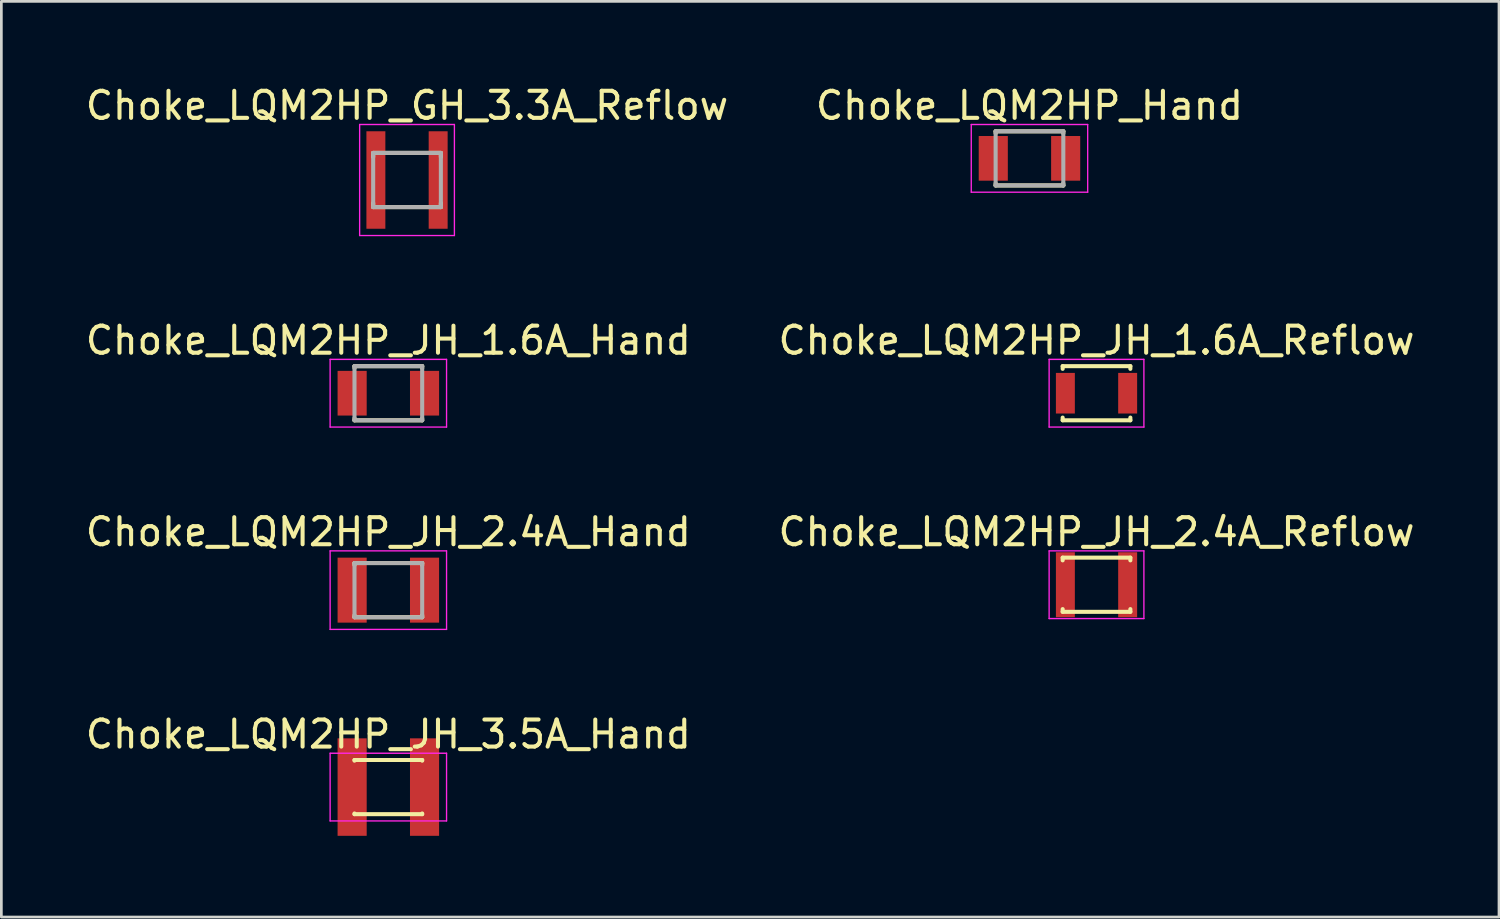
<source format=kicad_pcb>
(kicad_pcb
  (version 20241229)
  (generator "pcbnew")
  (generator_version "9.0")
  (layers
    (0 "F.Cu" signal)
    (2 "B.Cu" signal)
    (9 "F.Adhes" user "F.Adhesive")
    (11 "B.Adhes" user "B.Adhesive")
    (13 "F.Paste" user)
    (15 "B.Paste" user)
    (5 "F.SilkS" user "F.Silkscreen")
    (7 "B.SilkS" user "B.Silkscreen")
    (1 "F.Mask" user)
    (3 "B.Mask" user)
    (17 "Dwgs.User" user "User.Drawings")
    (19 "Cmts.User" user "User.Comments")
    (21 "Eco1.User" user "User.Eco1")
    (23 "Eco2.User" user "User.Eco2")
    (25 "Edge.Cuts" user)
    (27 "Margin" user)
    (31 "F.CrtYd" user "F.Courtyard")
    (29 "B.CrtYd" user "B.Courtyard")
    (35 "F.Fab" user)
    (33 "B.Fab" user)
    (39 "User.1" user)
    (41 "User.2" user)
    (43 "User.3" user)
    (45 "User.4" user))
  (footprint "Choke_LQM2HP_GH_3.3A_Reflow"
    (layer "F.Cu")
    (at 11.982 3.598)
    (property "Reference" "Choke_LQM2HP_GH_3.3A_Reflow" (at 0 -2.75 0) (layer "F.SilkS") (effects (font (size 1 1) (thickness 0.15))))
    (attr smd)
    (fp_line (start -1.25 -1) (end -1.25 -0.85) (stroke (width 0.15) (type solid)) (layer "F.SilkS"))
    (fp_line (start -1.25 -1) (end 1.25 -1) (stroke (width 0.15) (type solid)) (layer "F.SilkS"))
    (fp_line (start -1.25 0.85) (end -1.25 1) (stroke (width 0.15) (type solid)) (layer "F.SilkS"))
    (fp_line (start -1.25 1) (end 1.25 1) (stroke (width 0.15) (type solid)) (layer "F.SilkS"))
    (fp_line (start 1.25 -1) (end 1.25 -0.85) (stroke (width 0.15) (type solid)) (layer "F.SilkS"))
    (fp_line (start 1.25 0.85) (end 1.25 1) (stroke (width 0.15) (type solid)) (layer "F.SilkS"))
    (fp_line (start -1.75 -2.05) (end -1.75 2.05) (stroke (width 0.05) (type solid)) (layer "F.CrtYd"))
    (fp_line (start -1.75 -2.05) (end 1.75 -2.05) (stroke (width 0.05) (type solid)) (layer "F.CrtYd"))
    (fp_line (start -1.75 2.05) (end 1.75 2.05) (stroke (width 0.05) (type solid)) (layer "F.CrtYd"))
    (fp_line (start 1.75 -2.05) (end 1.75 2.05) (stroke (width 0.05) (type solid)) (layer "F.CrtYd"))
    (fp_line (start -1.25 -1) (end -1.25 1) (stroke (width 0.15) (type solid)) (layer "F.Fab"))
    (fp_line (start -1.25 -1) (end 1.25 -1) (stroke (width 0.15) (type solid)) (layer "F.Fab"))
    (fp_line (start -1.25 1) (end 1.25 1) (stroke (width 0.15) (type solid)) (layer "F.Fab"))
    (fp_line (start 1.25 -1) (end 1.25 1) (stroke (width 0.15) (type solid)) (layer "F.Fab"))
    (pad "" smd rect (at -1.15 0) (size 0.7 1.5) (layers "F.Mask" "F.Paste"))
    (pad "" smd rect (at 1.15 0) (size 0.7 1.5) (layers "F.Mask" "F.Paste"))
    (pad "1" smd rect (at -1.15 0) (size 0.7 3.6) (layers "F.Cu"))
    (pad "2" smd rect (at 1.15 0) (size 0.7 3.6) (layers "F.Cu")))
  (footprint "Choke_LQM2HP_JH_2.4A_Reflow"
    (layer "F.Cu")
    (at 37.446 18.545)
    (property "Reference" "Choke_LQM2HP_JH_2.4A_Reflow" (at 0 -1.95 0) (layer "F.SilkS") (effects (font (size 1 1) (thickness 0.15))))
    (attr smd)
    (fp_line (start -1.25 -1) (end -1.25 -0.9) (stroke (width 0.15) (type solid)) (layer "F.SilkS"))
    (fp_line (start -1.25 -1) (end 1.25 -1) (stroke (width 0.15) (type solid)) (layer "F.SilkS"))
    (fp_line (start -1.25 0.9) (end -1.25 1) (stroke (width 0.15) (type solid)) (layer "F.SilkS"))
    (fp_line (start -1.25 1) (end 1.25 1) (stroke (width 0.15) (type solid)) (layer "F.SilkS"))
    (fp_line (start 1.25 -1) (end 1.25 -0.9) (stroke (width 0.15) (type solid)) (layer "F.SilkS"))
    (fp_line (start 1.25 0.9) (end 1.25 1) (stroke (width 0.15) (type solid)) (layer "F.SilkS"))
    (fp_line (start -1.75 -1.25) (end -1.75 1.25) (stroke (width 0.05) (type solid)) (layer "F.CrtYd"))
    (fp_line (start -1.75 -1.25) (end 1.75 -1.25) (stroke (width 0.05) (type solid)) (layer "F.CrtYd"))
    (fp_line (start -1.75 1.25) (end 1.75 1.25) (stroke (width 0.05) (type solid)) (layer "F.CrtYd"))
    (fp_line (start 1.75 -1.25) (end 1.75 1.25) (stroke (width 0.05) (type solid)) (layer "F.CrtYd"))
    (pad "" smd rect (at -1.15 0) (size 0.7 1.5) (layers "F.Mask" "F.Paste"))
    (pad "" smd rect (at 1.15 0) (size 0.7 1.5) (layers "F.Mask" "F.Paste"))
    (pad "1" smd rect (at -1.15 0) (size 0.7 2.4) (layers "F.Cu"))
    (pad "2" smd rect (at 1.15 0) (size 0.7 2.4) (layers "F.Cu")))
  (footprint "Choke_LQM2HP_JH_3.5A_Hand"
    (layer "F.Cu")
    (at 11.292 26.018)
    (property "Reference" "Choke_LQM2HP_JH_3.5A_Hand" (at 0 -1.95 0) (layer "F.SilkS") (effects (font (size 1 1) (thickness 0.15))))
    (attr smd)
    (fp_line (start -1.25 -1) (end -1.25 -0.975) (stroke (width 0.15) (type solid)) (layer "F.SilkS"))
    (fp_line (start -1.25 -1) (end 1.25 -1) (stroke (width 0.15) (type solid)) (layer "F.SilkS"))
    (fp_line (start -1.25 0.975) (end -1.25 1) (stroke (width 0.15) (type solid)) (layer "F.SilkS"))
    (fp_line (start -1.25 1) (end 1.25 1) (stroke (width 0.15) (type solid)) (layer "F.SilkS"))
    (fp_line (start 1.25 -1) (end 1.25 -0.975) (stroke (width 0.15) (type solid)) (layer "F.SilkS"))
    (fp_line (start 1.25 0.975) (end 1.25 1) (stroke (width 0.15) (type solid)) (layer "F.SilkS"))
    (fp_line (start -2.15 -1.25) (end -2.15 1.25) (stroke (width 0.05) (type solid)) (layer "F.CrtYd"))
    (fp_line (start -2.15 -1.25) (end 2.15 -1.25) (stroke (width 0.05) (type solid)) (layer "F.CrtYd"))
    (fp_line (start -2.15 1.25) (end 2.15 1.25) (stroke (width 0.05) (type solid)) (layer "F.CrtYd"))
    (fp_line (start 2.15 -1.25) (end 2.15 1.25) (stroke (width 0.05) (type solid)) (layer "F.CrtYd"))
    (pad "" smd rect (at -1.337 0) (size 1.075 1.65) (layers "F.Mask" "F.Paste"))
    (pad "" smd rect (at 1.337 0) (size 1.075 1.65) (layers "F.Mask" "F.Paste"))
    (pad "1" smd rect (at -1.337 0) (size 1.075 3.6) (layers "F.Cu"))
    (pad "2" smd rect (at 1.337 0) (size 1.075 3.6) (layers "F.Cu")))
  (footprint "Choke_LQM2HP_JH_2.4A_Hand"
    (layer "F.Cu")
    (at 11.292 18.745)
    (property "Reference" "Choke_LQM2HP_JH_2.4A_Hand" (at 0 -2.15 0) (layer "F.SilkS") (effects (font (size 1 1) (thickness 0.15))))
    (attr smd)
    (fp_line (start -1.25 -1) (end -1.25 -0.925) (stroke (width 0.15) (type solid)) (layer "F.SilkS"))
    (fp_line (start -1.25 -1) (end 1.25 -1) (stroke (width 0.15) (type solid)) (layer "F.SilkS"))
    (fp_line (start -1.25 0.925) (end -1.25 1) (stroke (width 0.15) (type solid)) (layer "F.SilkS"))
    (fp_line (start -1.25 1) (end 1.25 1) (stroke (width 0.15) (type solid)) (layer "F.SilkS"))
    (fp_line (start 1.25 -1) (end 1.25 -0.925) (stroke (width 0.15) (type solid)) (layer "F.SilkS"))
    (fp_line (start 1.25 0.925) (end 1.25 1) (stroke (width 0.15) (type solid)) (layer "F.SilkS"))
    (fp_line (start -2.15 -1.45) (end -2.15 1.45) (stroke (width 0.05) (type solid)) (layer "F.CrtYd"))
    (fp_line (start -2.15 -1.45) (end 2.15 -1.45) (stroke (width 0.05) (type solid)) (layer "F.CrtYd"))
    (fp_line (start -2.15 1.45) (end 2.15 1.45) (stroke (width 0.05) (type solid)) (layer "F.CrtYd"))
    (fp_line (start 2.15 -1.45) (end 2.15 1.45) (stroke (width 0.05) (type solid)) (layer "F.CrtYd"))
    (fp_line (start -1.25 -1) (end -1.25 1) (stroke (width 0.15) (type solid)) (layer "F.Fab"))
    (fp_line (start -1.25 -1) (end 1.25 -1) (stroke (width 0.15) (type solid)) (layer "F.Fab"))
    (fp_line (start -1.25 1) (end 1.25 1) (stroke (width 0.15) (type solid)) (layer "F.Fab"))
    (fp_line (start 1.25 -1) (end 1.25 1) (stroke (width 0.15) (type solid)) (layer "F.Fab"))
    (pad "" smd rect (at -1.337 0) (size 1.075 1.65) (layers "F.Mask" "F.Paste"))
    (pad "" smd rect (at 1.337 0) (size 1.075 1.65) (layers "F.Mask" "F.Paste"))
    (pad "1" smd rect (at -1.337 0) (size 1.075 2.4) (layers "F.Cu"))
    (pad "2" smd rect (at 1.337 0) (size 1.075 2.4) (layers "F.Cu")))
  (footprint "Choke_LQM2HP_JH_1.6A_Reflow"
    (layer "F.Cu")
    (at 37.446 11.472)
    (property "Reference" "Choke_LQM2HP_JH_1.6A_Reflow" (at 0 -1.95 0) (layer "F.SilkS") (effects (font (size 1 1) (thickness 0.15))))
    (attr smd)
    (fp_line (start -1.25 -1) (end -1.25 -0.9) (stroke (width 0.15) (type solid)) (layer "F.SilkS"))
    (fp_line (start -1.25 -1) (end 1.25 -1) (stroke (width 0.15) (type solid)) (layer "F.SilkS"))
    (fp_line (start -1.25 0.9) (end -1.25 1) (stroke (width 0.15) (type solid)) (layer "F.SilkS"))
    (fp_line (start -1.25 1) (end 1.25 1) (stroke (width 0.15) (type solid)) (layer "F.SilkS"))
    (fp_line (start 1.25 -1) (end 1.25 -0.9) (stroke (width 0.15) (type solid)) (layer "F.SilkS"))
    (fp_line (start 1.25 0.9) (end 1.25 1) (stroke (width 0.15) (type solid)) (layer "F.SilkS"))
    (fp_line (start -1.75 -1.25) (end -1.75 1.25) (stroke (width 0.05) (type solid)) (layer "F.CrtYd"))
    (fp_line (start -1.75 -1.25) (end 1.75 -1.25) (stroke (width 0.05) (type solid)) (layer "F.CrtYd"))
    (fp_line (start -1.75 1.25) (end 1.75 1.25) (stroke (width 0.05) (type solid)) (layer "F.CrtYd"))
    (fp_line (start 1.75 -1.25) (end 1.75 1.25) (stroke (width 0.05) (type solid)) (layer "F.CrtYd"))
    (pad "1" smd rect (at -1.15 0) (size 0.7 1.5) (layers "F.Cu" "F.Mask" "F.Paste"))
    (pad "2" smd rect (at 1.15 0) (size 0.7 1.5) (layers "F.Cu" "F.Mask" "F.Paste")))
  (footprint "Choke_LQM2HP_Hand"
    (layer "F.Cu")
    (at 34.97 2.798)
    (property "Reference" "Choke_LQM2HP_Hand" (at 0 -1.95 0) (layer "F.SilkS") (effects (font (size 1 1) (thickness 0.15))))
    (attr smd)
    (fp_line (start -1.25 -1) (end -1.25 -0.925) (stroke (width 0.15) (type solid)) (layer "F.SilkS"))
    (fp_line (start -1.25 -1) (end 1.25 -1) (stroke (width 0.15) (type solid)) (layer "F.SilkS"))
    (fp_line (start -1.25 0.925) (end -1.25 1) (stroke (width 0.15) (type solid)) (layer "F.SilkS"))
    (fp_line (start -1.25 1) (end 1.25 1) (stroke (width 0.15) (type solid)) (layer "F.SilkS"))
    (fp_line (start 1.25 -1) (end 1.25 -0.925) (stroke (width 0.15) (type solid)) (layer "F.SilkS"))
    (fp_line (start 1.25 0.925) (end 1.25 1) (stroke (width 0.15) (type solid)) (layer "F.SilkS"))
    (fp_line (start -2.15 -1.25) (end -2.15 1.25) (stroke (width 0.05) (type solid)) (layer "F.CrtYd"))
    (fp_line (start -2.15 -1.25) (end 2.15 -1.25) (stroke (width 0.05) (type solid)) (layer "F.CrtYd"))
    (fp_line (start -2.15 1.25) (end 2.15 1.25) (stroke (width 0.05) (type solid)) (layer "F.CrtYd"))
    (fp_line (start 2.15 -1.25) (end 2.15 1.25) (stroke (width 0.05) (type solid)) (layer "F.CrtYd"))
    (fp_line (start -1.25 -1) (end -1.25 1) (stroke (width 0.15) (type solid)) (layer "F.Fab"))
    (fp_line (start -1.25 -1) (end 1.25 -1) (stroke (width 0.15) (type solid)) (layer "F.Fab"))
    (fp_line (start -1.25 1) (end 1.25 1) (stroke (width 0.15) (type solid)) (layer "F.Fab"))
    (fp_line (start 1.25 -1) (end 1.25 1) (stroke (width 0.15) (type solid)) (layer "F.Fab"))
    (pad "1" smd rect (at -1.337 0) (size 1.075 1.65) (layers "F.Cu" "F.Mask" "F.Paste"))
    (pad "2" smd rect (at 1.337 0) (size 1.075 1.65) (layers "F.Cu" "F.Mask" "F.Paste")))
  (footprint "Choke_LQM2HP_JH_1.6A_Hand"
    (layer "F.Cu")
    (at 11.292 11.472)
    (property "Reference" "Choke_LQM2HP_JH_1.6A_Hand" (at 0 -1.95 0) (layer "F.SilkS") (effects (font (size 1 1) (thickness 0.15))))
    (attr smd)
    (fp_line (start -1.25 -1) (end -1.25 -0.925) (stroke (width 0.15) (type solid)) (layer "F.SilkS"))
    (fp_line (start -1.25 -1) (end 1.25 -1) (stroke (width 0.15) (type solid)) (layer "F.SilkS"))
    (fp_line (start -1.25 0.925) (end -1.25 1) (stroke (width 0.15) (type solid)) (layer "F.SilkS"))
    (fp_line (start -1.25 1) (end 1.25 1) (stroke (width 0.15) (type solid)) (layer "F.SilkS"))
    (fp_line (start 1.25 -1) (end 1.25 -0.925) (stroke (width 0.15) (type solid)) (layer "F.SilkS"))
    (fp_line (start 1.25 0.925) (end 1.25 1) (stroke (width 0.15) (type solid)) (layer "F.SilkS"))
    (fp_line (start -2.15 -1.25) (end -2.15 1.25) (stroke (width 0.05) (type solid)) (layer "F.CrtYd"))
    (fp_line (start -2.15 -1.25) (end 2.15 -1.25) (stroke (width 0.05) (type solid)) (layer "F.CrtYd"))
    (fp_line (start -2.15 1.25) (end 2.15 1.25) (stroke (width 0.05) (type solid)) (layer "F.CrtYd"))
    (fp_line (start 2.15 -1.25) (end 2.15 1.25) (stroke (width 0.05) (type solid)) (layer "F.CrtYd"))
    (fp_line (start -1.25 -1) (end -1.25 1) (stroke (width 0.15) (type solid)) (layer "F.Fab"))
    (fp_line (start -1.25 -1) (end 1.25 -1) (stroke (width 0.15) (type solid)) (layer "F.Fab"))
    (fp_line (start -1.25 1) (end 1.25 1) (stroke (width 0.15) (type solid)) (layer "F.Fab"))
    (fp_line (start 1.25 -1) (end 1.25 1) (stroke (width 0.15) (type solid)) (layer "F.Fab"))
    (pad "1" smd rect (at -1.337 0) (size 1.075 1.65) (layers "F.Cu" "F.Mask" "F.Paste"))
    (pad "2" smd rect (at 1.337 0) (size 1.075 1.65) (layers "F.Cu" "F.Mask" "F.Paste")))
  (gr_rect
    (start -3 -3)
    (end 52.31 30.818)
    (stroke (width 0.1) (type default))
    (fill no)
    (layer "Edge.Cuts")))
</source>
